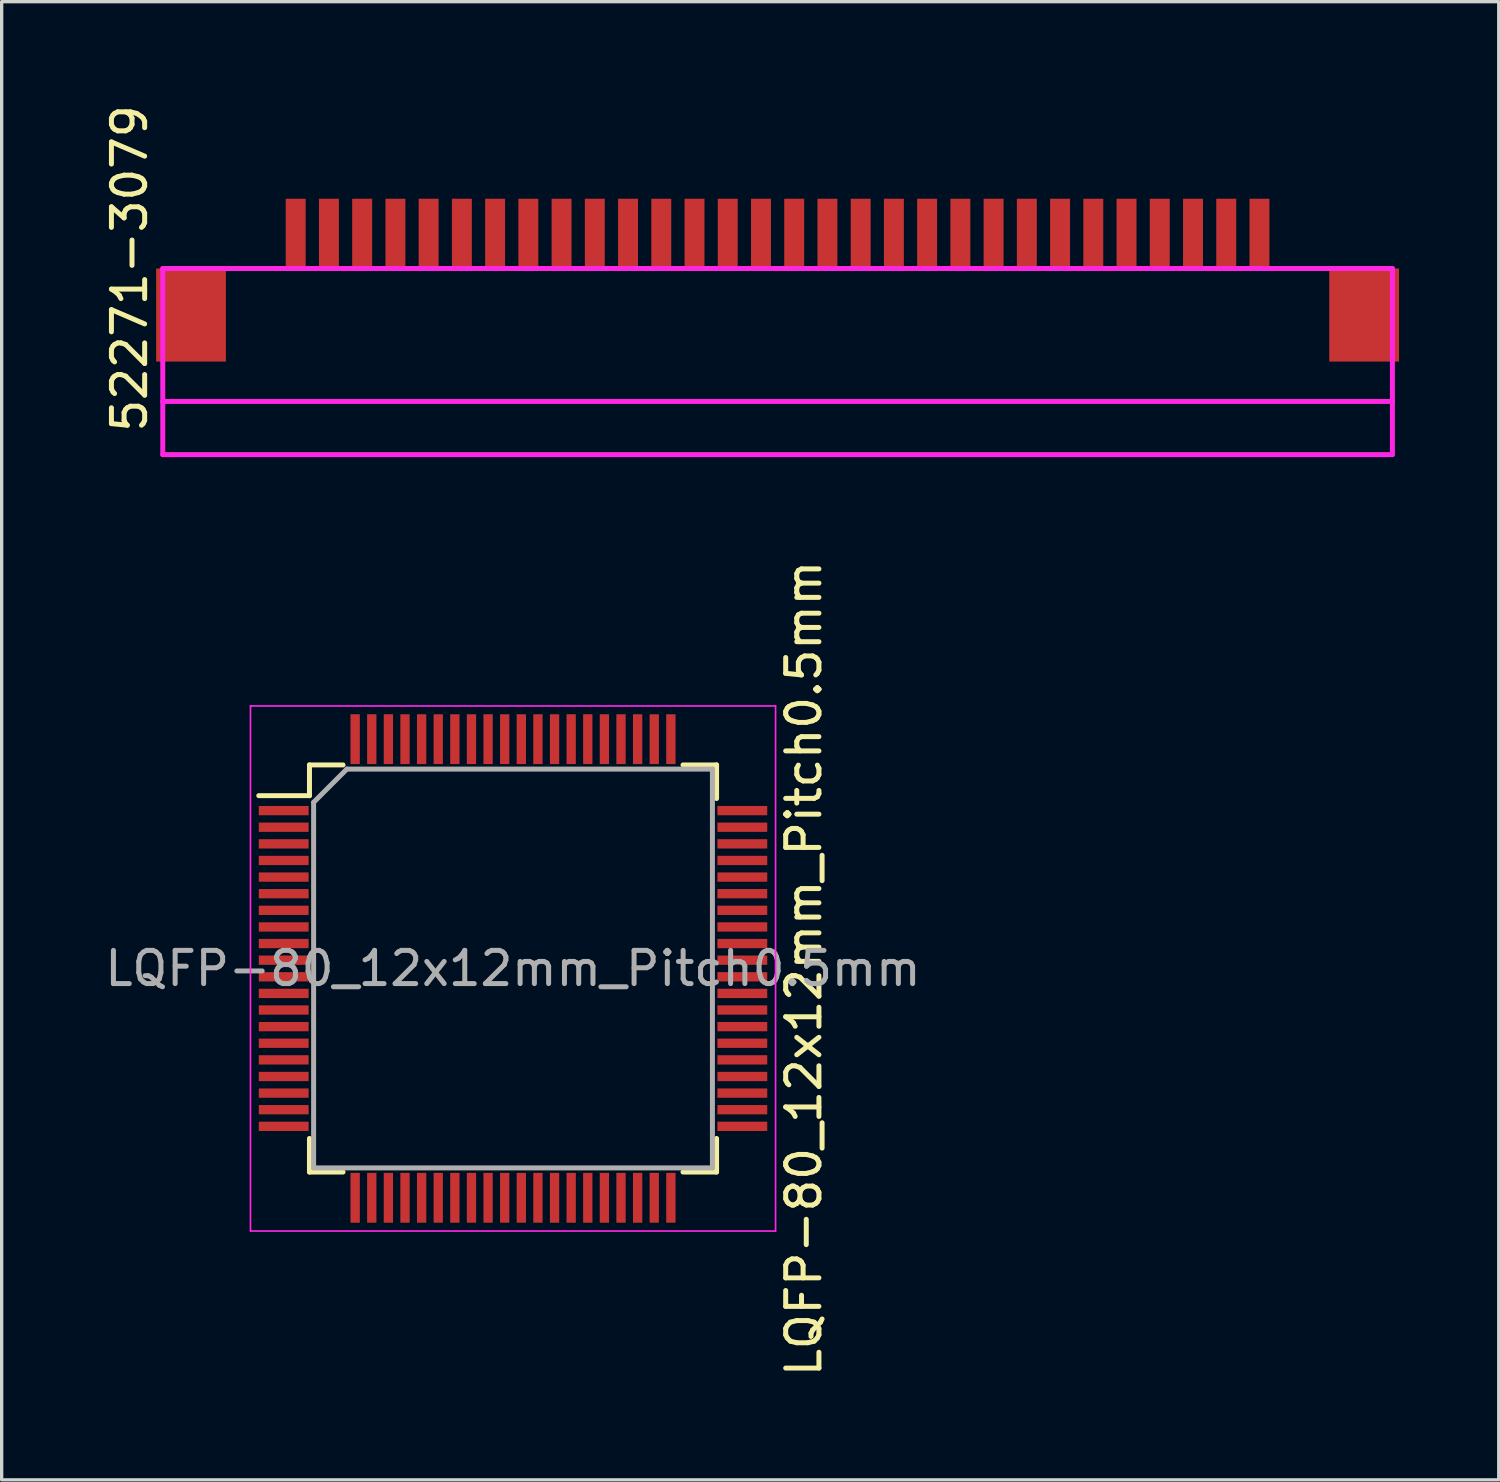
<source format=kicad_pcb>
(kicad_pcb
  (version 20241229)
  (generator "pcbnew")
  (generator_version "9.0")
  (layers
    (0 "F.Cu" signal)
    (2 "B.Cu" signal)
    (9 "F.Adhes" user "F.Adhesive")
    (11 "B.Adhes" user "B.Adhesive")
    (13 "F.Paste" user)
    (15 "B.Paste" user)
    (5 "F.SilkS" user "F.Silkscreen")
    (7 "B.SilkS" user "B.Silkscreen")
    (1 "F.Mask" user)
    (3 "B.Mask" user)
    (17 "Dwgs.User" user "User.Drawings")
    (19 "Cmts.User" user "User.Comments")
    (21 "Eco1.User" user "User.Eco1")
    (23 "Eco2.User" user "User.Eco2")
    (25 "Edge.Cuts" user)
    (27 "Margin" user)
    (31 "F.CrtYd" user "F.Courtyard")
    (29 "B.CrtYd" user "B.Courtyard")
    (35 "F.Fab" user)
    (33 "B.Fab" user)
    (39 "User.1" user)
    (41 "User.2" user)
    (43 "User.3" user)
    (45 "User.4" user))
  (footprint "LQFP-80_12x12mm_Pitch0.5mm"
    (layer "F.Cu")
    (at 12.387 26.092)
    (property "Reference" "LQFP-80_12x12mm_Pitch0.5mm" (at 8.75 0 90) (layer "F.SilkS") (effects (font (size 1 1) (thickness 0.15))))
    (attr smd)
    (fp_line (start -6.125 -6.125) (end -6.125 -5.2) (stroke (width 0.15) (type solid)) (layer "F.SilkS"))
    (fp_line (start -6.125 -6.125) (end -5.115 -6.125) (stroke (width 0.15) (type solid)) (layer "F.SilkS"))
    (fp_line (start -6.125 -5.2) (end -7.65 -5.2) (stroke (width 0.15) (type solid)) (layer "F.SilkS"))
    (fp_line (start -6.125 6.125) (end -6.125 5.115) (stroke (width 0.15) (type solid)) (layer "F.SilkS"))
    (fp_line (start -6.125 6.125) (end -5.115 6.125) (stroke (width 0.15) (type solid)) (layer "F.SilkS"))
    (fp_line (start 6.125 -6.125) (end 5.115 -6.125) (stroke (width 0.15) (type solid)) (layer "F.SilkS"))
    (fp_line (start 6.125 -6.125) (end 6.125 -5.115) (stroke (width 0.15) (type solid)) (layer "F.SilkS"))
    (fp_line (start 6.125 6.125) (end 5.115 6.125) (stroke (width 0.15) (type solid)) (layer "F.SilkS"))
    (fp_line (start 6.125 6.125) (end 6.125 5.115) (stroke (width 0.15) (type solid)) (layer "F.SilkS"))
    (fp_line (start -7.9 -7.9) (end -7.9 7.9) (stroke (width 0.05) (type solid)) (layer "F.CrtYd"))
    (fp_line (start -7.9 -7.9) (end 7.9 -7.9) (stroke (width 0.05) (type solid)) (layer "F.CrtYd"))
    (fp_line (start -7.9 7.9) (end 7.9 7.9) (stroke (width 0.05) (type solid)) (layer "F.CrtYd"))
    (fp_line (start 7.9 -7.9) (end 7.9 7.9) (stroke (width 0.05) (type solid)) (layer "F.CrtYd"))
    (fp_line (start -6 -5) (end -5 -6) (stroke (width 0.15) (type solid)) (layer "F.Fab"))
    (fp_line (start -6 6) (end -6 -5) (stroke (width 0.15) (type solid)) (layer "F.Fab"))
    (fp_line (start -5 -6) (end 6 -6) (stroke (width 0.15) (type solid)) (layer "F.Fab"))
    (fp_line (start 6 -6) (end 6 6) (stroke (width 0.15) (type solid)) (layer "F.Fab"))
    (fp_line (start 6 6) (end -6 6) (stroke (width 0.15) (type solid)) (layer "F.Fab"))
    (fp_text user "${REFERENCE}" (at 0 0 0) (layer "F.Fab") (effects (font (size 1 1) (thickness 0.15))))
    (pad "1" smd rect (at -6.9 -4.75) (size 1.5 0.28) (layers "F.Cu" "F.Mask" "F.Paste"))
    (pad "2" smd rect (at -6.9 -4.25) (size 1.5 0.28) (layers "F.Cu" "F.Mask" "F.Paste"))
    (pad "3" smd rect (at -6.9 -3.75) (size 1.5 0.28) (layers "F.Cu" "F.Mask" "F.Paste"))
    (pad "4" smd rect (at -6.9 -3.25) (size 1.5 0.28) (layers "F.Cu" "F.Mask" "F.Paste"))
    (pad "5" smd rect (at -6.9 -2.75) (size 1.5 0.28) (layers "F.Cu" "F.Mask" "F.Paste"))
    (pad "6" smd rect (at -6.9 -2.25) (size 1.5 0.28) (layers "F.Cu" "F.Mask" "F.Paste"))
    (pad "7" smd rect (at -6.9 -1.75) (size 1.5 0.28) (layers "F.Cu" "F.Mask" "F.Paste"))
    (pad "8" smd rect (at -6.9 -1.25) (size 1.5 0.28) (layers "F.Cu" "F.Mask" "F.Paste"))
    (pad "9" smd rect (at -6.9 -0.75) (size 1.5 0.28) (layers "F.Cu" "F.Mask" "F.Paste"))
    (pad "10" smd rect (at -6.9 -0.25) (size 1.5 0.28) (layers "F.Cu" "F.Mask" "F.Paste"))
    (pad "11" smd rect (at -6.9 0.25) (size 1.5 0.28) (layers "F.Cu" "F.Mask" "F.Paste"))
    (pad "12" smd rect (at -6.9 0.75) (size 1.5 0.28) (layers "F.Cu" "F.Mask" "F.Paste"))
    (pad "13" smd rect (at -6.9 1.25) (size 1.5 0.28) (layers "F.Cu" "F.Mask" "F.Paste"))
    (pad "14" smd rect (at -6.9 1.75) (size 1.5 0.28) (layers "F.Cu" "F.Mask" "F.Paste"))
    (pad "15" smd rect (at -6.9 2.25) (size 1.5 0.28) (layers "F.Cu" "F.Mask" "F.Paste"))
    (pad "16" smd rect (at -6.9 2.75) (size 1.5 0.28) (layers "F.Cu" "F.Mask" "F.Paste"))
    (pad "17" smd rect (at -6.9 3.25) (size 1.5 0.28) (layers "F.Cu" "F.Mask" "F.Paste"))
    (pad "18" smd rect (at -6.9 3.75) (size 1.5 0.28) (layers "F.Cu" "F.Mask" "F.Paste"))
    (pad "19" smd rect (at -6.9 4.25) (size 1.5 0.28) (layers "F.Cu" "F.Mask" "F.Paste"))
    (pad "20" smd rect (at -6.9 4.75) (size 1.5 0.28) (layers "F.Cu" "F.Mask" "F.Paste"))
    (pad "21" smd rect (at -4.75 6.9 90) (size 1.5 0.28) (layers "F.Cu" "F.Mask" "F.Paste"))
    (pad "22" smd rect (at -4.25 6.9 90) (size 1.5 0.28) (layers "F.Cu" "F.Mask" "F.Paste"))
    (pad "23" smd rect (at -3.75 6.9 90) (size 1.5 0.28) (layers "F.Cu" "F.Mask" "F.Paste"))
    (pad "24" smd rect (at -3.25 6.9 90) (size 1.5 0.28) (layers "F.Cu" "F.Mask" "F.Paste"))
    (pad "25" smd rect (at -2.75 6.9 90) (size 1.5 0.28) (layers "F.Cu" "F.Mask" "F.Paste"))
    (pad "26" smd rect (at -2.25 6.9 90) (size 1.5 0.28) (layers "F.Cu" "F.Mask" "F.Paste"))
    (pad "27" smd rect (at -1.75 6.9 90) (size 1.5 0.28) (layers "F.Cu" "F.Mask" "F.Paste"))
    (pad "28" smd rect (at -1.25 6.9 90) (size 1.5 0.28) (layers "F.Cu" "F.Mask" "F.Paste"))
    (pad "29" smd rect (at -0.75 6.9 90) (size 1.5 0.28) (layers "F.Cu" "F.Mask" "F.Paste"))
    (pad "30" smd rect (at -0.25 6.9 90) (size 1.5 0.28) (layers "F.Cu" "F.Mask" "F.Paste"))
    (pad "31" smd rect (at 0.25 6.9 90) (size 1.5 0.28) (layers "F.Cu" "F.Mask" "F.Paste"))
    (pad "32" smd rect (at 0.75 6.9 90) (size 1.5 0.28) (layers "F.Cu" "F.Mask" "F.Paste"))
    (pad "33" smd rect (at 1.25 6.9 90) (size 1.5 0.28) (layers "F.Cu" "F.Mask" "F.Paste"))
    (pad "34" smd rect (at 1.75 6.9 90) (size 1.5 0.28) (layers "F.Cu" "F.Mask" "F.Paste"))
    (pad "35" smd rect (at 2.25 6.9 90) (size 1.5 0.28) (layers "F.Cu" "F.Mask" "F.Paste"))
    (pad "36" smd rect (at 2.75 6.9 90) (size 1.5 0.28) (layers "F.Cu" "F.Mask" "F.Paste"))
    (pad "37" smd rect (at 3.25 6.9 90) (size 1.5 0.28) (layers "F.Cu" "F.Mask" "F.Paste"))
    (pad "38" smd rect (at 3.75 6.9 90) (size 1.5 0.28) (layers "F.Cu" "F.Mask" "F.Paste"))
    (pad "39" smd rect (at 4.25 6.9 90) (size 1.5 0.28) (layers "F.Cu" "F.Mask" "F.Paste"))
    (pad "40" smd rect (at 4.75 6.9 90) (size 1.5 0.28) (layers "F.Cu" "F.Mask" "F.Paste"))
    (pad "41" smd rect (at 6.9 4.75) (size 1.5 0.28) (layers "F.Cu" "F.Mask" "F.Paste"))
    (pad "42" smd rect (at 6.9 4.25) (size 1.5 0.28) (layers "F.Cu" "F.Mask" "F.Paste"))
    (pad "43" smd rect (at 6.9 3.75) (size 1.5 0.28) (layers "F.Cu" "F.Mask" "F.Paste"))
    (pad "44" smd rect (at 6.9 3.25) (size 1.5 0.28) (layers "F.Cu" "F.Mask" "F.Paste"))
    (pad "45" smd rect (at 6.9 2.75) (size 1.5 0.28) (layers "F.Cu" "F.Mask" "F.Paste"))
    (pad "46" smd rect (at 6.9 2.25) (size 1.5 0.28) (layers "F.Cu" "F.Mask" "F.Paste"))
    (pad "47" smd rect (at 6.9 1.75) (size 1.5 0.28) (layers "F.Cu" "F.Mask" "F.Paste"))
    (pad "48" smd rect (at 6.9 1.25) (size 1.5 0.28) (layers "F.Cu" "F.Mask" "F.Paste"))
    (pad "49" smd rect (at 6.9 0.75) (size 1.5 0.28) (layers "F.Cu" "F.Mask" "F.Paste"))
    (pad "50" smd rect (at 6.9 0.25) (size 1.5 0.28) (layers "F.Cu" "F.Mask" "F.Paste"))
    (pad "51" smd rect (at 6.9 -0.25) (size 1.5 0.28) (layers "F.Cu" "F.Mask" "F.Paste"))
    (pad "52" smd rect (at 6.9 -0.75) (size 1.5 0.28) (layers "F.Cu" "F.Mask" "F.Paste"))
    (pad "53" smd rect (at 6.9 -1.25) (size 1.5 0.28) (layers "F.Cu" "F.Mask" "F.Paste"))
    (pad "54" smd rect (at 6.9 -1.75) (size 1.5 0.28) (layers "F.Cu" "F.Mask" "F.Paste"))
    (pad "55" smd rect (at 6.9 -2.25) (size 1.5 0.28) (layers "F.Cu" "F.Mask" "F.Paste"))
    (pad "56" smd rect (at 6.9 -2.75) (size 1.5 0.28) (layers "F.Cu" "F.Mask" "F.Paste"))
    (pad "57" smd rect (at 6.9 -3.25) (size 1.5 0.28) (layers "F.Cu" "F.Mask" "F.Paste"))
    (pad "58" smd rect (at 6.9 -3.75) (size 1.5 0.28) (layers "F.Cu" "F.Mask" "F.Paste"))
    (pad "59" smd rect (at 6.9 -4.25) (size 1.5 0.28) (layers "F.Cu" "F.Mask" "F.Paste"))
    (pad "60" smd rect (at 6.9 -4.75) (size 1.5 0.28) (layers "F.Cu" "F.Mask" "F.Paste"))
    (pad "61" smd rect (at 4.75 -6.9 90) (size 1.5 0.28) (layers "F.Cu" "F.Mask" "F.Paste"))
    (pad "62" smd rect (at 4.25 -6.9 90) (size 1.5 0.28) (layers "F.Cu" "F.Mask" "F.Paste"))
    (pad "63" smd rect (at 3.75 -6.9 90) (size 1.5 0.28) (layers "F.Cu" "F.Mask" "F.Paste"))
    (pad "64" smd rect (at 3.25 -6.9 90) (size 1.5 0.28) (layers "F.Cu" "F.Mask" "F.Paste"))
    (pad "65" smd rect (at 2.75 -6.9 90) (size 1.5 0.28) (layers "F.Cu" "F.Mask" "F.Paste"))
    (pad "66" smd rect (at 2.25 -6.9 90) (size 1.5 0.28) (layers "F.Cu" "F.Mask" "F.Paste"))
    (pad "67" smd rect (at 1.75 -6.9 90) (size 1.5 0.28) (layers "F.Cu" "F.Mask" "F.Paste"))
    (pad "68" smd rect (at 1.25 -6.9 90) (size 1.5 0.28) (layers "F.Cu" "F.Mask" "F.Paste"))
    (pad "69" smd rect (at 0.75 -6.9 90) (size 1.5 0.28) (layers "F.Cu" "F.Mask" "F.Paste"))
    (pad "70" smd rect (at 0.25 -6.9 90) (size 1.5 0.28) (layers "F.Cu" "F.Mask" "F.Paste"))
    (pad "71" smd rect (at -0.25 -6.9 90) (size 1.5 0.28) (layers "F.Cu" "F.Mask" "F.Paste"))
    (pad "72" smd rect (at -0.75 -6.9 90) (size 1.5 0.28) (layers "F.Cu" "F.Mask" "F.Paste"))
    (pad "73" smd rect (at -1.25 -6.9 90) (size 1.5 0.28) (layers "F.Cu" "F.Mask" "F.Paste"))
    (pad "74" smd rect (at -1.75 -6.9 90) (size 1.5 0.28) (layers "F.Cu" "F.Mask" "F.Paste"))
    (pad "75" smd rect (at -2.25 -6.9 90) (size 1.5 0.28) (layers "F.Cu" "F.Mask" "F.Paste"))
    (pad "76" smd rect (at -2.75 -6.9 90) (size 1.5 0.28) (layers "F.Cu" "F.Mask" "F.Paste"))
    (pad "77" smd rect (at -3.25 -6.9 90) (size 1.5 0.28) (layers "F.Cu" "F.Mask" "F.Paste"))
    (pad "78" smd rect (at -3.75 -6.9 90) (size 1.5 0.28) (layers "F.Cu" "F.Mask" "F.Paste"))
    (pad "79" smd rect (at -4.25 -6.9 90) (size 1.5 0.28) (layers "F.Cu" "F.Mask" "F.Paste"))
    (pad "80" smd rect (at -4.75 -6.9 90) (size 1.5 0.28) (layers "F.Cu" "F.Mask" "F.Paste")))
  (footprint "52271-3079"
    (layer "F.Cu")
    (at 5.848 5.03)
    (property "Reference" "52271-3079" (at -5 0 90) (layer "F.SilkS") (effects (font (size 1 1) (thickness 0.15))))
    (attr through_hole)
    (fp_line (start -2.1 0.6) (end -2.1 2.2) (stroke (width 0.15) (type solid)) (layer "Eco1.User"))
    (fp_line (start -2.1 0.6) (end -0.45 0.6) (stroke (width 0.15) (type solid)) (layer "Eco1.User"))
    (fp_line (start -2.1 2.2) (end -0.45 2.2) (stroke (width 0.15) (type solid)) (layer "Eco1.User"))
    (fp_line (start -0.45 0.6) (end -0.45 2.2) (stroke (width 0.15) (type solid)) (layer "Eco1.User"))
    (fp_line (start 29.45 0.6) (end 29.45 2.2) (stroke (width 0.15) (type solid)) (layer "Eco1.User"))
    (fp_line (start 29.45 0.6) (end 31.1 0.6) (stroke (width 0.15) (type solid)) (layer "Eco1.User"))
    (fp_line (start 29.45 2.2) (end 31.1 2.2) (stroke (width 0.15) (type solid)) (layer "Eco1.User"))
    (fp_line (start 31.1 0.6) (end 31.1 2.2) (stroke (width 0.15) (type solid)) (layer "Eco1.User"))
    (fp_line (start -4 0) (end -4 5.6) (stroke (width 0.15) (type solid)) (layer "F.CrtYd"))
    (fp_line (start -4 0) (end 33 0) (stroke (width 0.15) (type solid)) (layer "F.CrtYd"))
    (fp_line (start -4 5.6) (end 33 5.6) (stroke (width 0.15) (type solid)) (layer "F.CrtYd"))
    (fp_line (start 33 0) (end 33 5.6) (stroke (width 0.15) (type solid)) (layer "F.CrtYd"))
    (fp_line (start 33 4) (end -4 4) (stroke (width 0.15) (type solid)) (layer "F.CrtYd"))
    (pad "1" smd rect (at 0 -1.05) (size 0.6 2.1) (layers "F.Cu" "F.Mask" "F.Paste"))
    (pad "2" smd rect (at 1 -1.05) (size 0.6 2.1) (layers "F.Cu" "F.Mask" "F.Paste"))
    (pad "3" smd rect (at 2 -1.05) (size 0.6 2.1) (layers "F.Cu" "F.Mask" "F.Paste"))
    (pad "4" smd rect (at 3 -1.05) (size 0.6 2.1) (layers "F.Cu" "F.Mask" "F.Paste"))
    (pad "5" smd rect (at 4 -1.05) (size 0.6 2.1) (layers "F.Cu" "F.Mask" "F.Paste"))
    (pad "6" smd rect (at 5 -1.05) (size 0.6 2.1) (layers "F.Cu" "F.Mask" "F.Paste"))
    (pad "7" smd rect (at 6 -1.05) (size 0.6 2.1) (layers "F.Cu" "F.Mask" "F.Paste"))
    (pad "8" smd rect (at 7 -1.05) (size 0.6 2.1) (layers "F.Cu" "F.Mask" "F.Paste"))
    (pad "9" smd rect (at 8 -1.05) (size 0.6 2.1) (layers "F.Cu" "F.Mask" "F.Paste"))
    (pad "10" smd rect (at 9 -1.05) (size 0.6 2.1) (layers "F.Cu" "F.Mask" "F.Paste"))
    (pad "11" smd rect (at 10 -1.05) (size 0.6 2.1) (layers "F.Cu" "F.Mask" "F.Paste"))
    (pad "12" smd rect (at 11 -1.05) (size 0.6 2.1) (layers "F.Cu" "F.Mask" "F.Paste"))
    (pad "13" smd rect (at 12 -1.05) (size 0.6 2.1) (layers "F.Cu" "F.Mask" "F.Paste"))
    (pad "14" smd rect (at 13 -1.05) (size 0.6 2.1) (layers "F.Cu" "F.Mask" "F.Paste"))
    (pad "15" smd rect (at 14 -1.05) (size 0.6 2.1) (layers "F.Cu" "F.Mask" "F.Paste"))
    (pad "16" smd rect (at 15 -1.05) (size 0.6 2.1) (layers "F.Cu" "F.Mask" "F.Paste"))
    (pad "17" smd rect (at 16 -1.05) (size 0.6 2.1) (layers "F.Cu" "F.Mask" "F.Paste"))
    (pad "18" smd rect (at 17 -1.05) (size 0.6 2.1) (layers "F.Cu" "F.Mask" "F.Paste"))
    (pad "19" smd rect (at 18 -1.05) (size 0.6 2.1) (layers "F.Cu" "F.Mask" "F.Paste"))
    (pad "20" smd rect (at 19 -1.05) (size 0.6 2.1) (layers "F.Cu" "F.Mask" "F.Paste"))
    (pad "21" smd rect (at 20 -1.05) (size 0.6 2.1) (layers "F.Cu" "F.Mask" "F.Paste"))
    (pad "22" smd rect (at 21 -1.05) (size 0.6 2.1) (layers "F.Cu" "F.Mask" "F.Paste"))
    (pad "23" smd rect (at 22 -1.05) (size 0.6 2.1) (layers "F.Cu" "F.Mask" "F.Paste"))
    (pad "24" smd rect (at 23 -1.05) (size 0.6 2.1) (layers "F.Cu" "F.Mask" "F.Paste"))
    (pad "25" smd rect (at 24 -1.05) (size 0.6 2.1) (layers "F.Cu" "F.Mask" "F.Paste"))
    (pad "26" smd rect (at 25 -1.05) (size 0.6 2.1) (layers "F.Cu" "F.Mask" "F.Paste"))
    (pad "27" smd rect (at 26 -1.05) (size 0.6 2.1) (layers "F.Cu" "F.Mask" "F.Paste"))
    (pad "28" smd rect (at 27 -1.05) (size 0.6 2.1) (layers "F.Cu" "F.Mask" "F.Paste"))
    (pad "29" smd rect (at 28 -1.05) (size 0.6 2.1) (layers "F.Cu" "F.Mask" "F.Paste"))
    (pad "30" smd rect (at 29 -1.05) (size 0.6 2.1) (layers "F.Cu" "F.Mask" "F.Paste"))
    (pad "31" smd rect (at -3.15 1.4) (size 2.1 2.8) (layers "F.Cu" "F.Mask" "F.Paste"))
    (pad "32" smd rect (at 32.15 1.4) (size 2.1 2.8) (layers "F.Cu" "F.Mask" "F.Paste")))
  (gr_rect
    (start -3 -3)
    (end 42.048 41.479)
    (stroke (width 0.1) (type default))
    (fill no)
    (layer "Edge.Cuts")))
</source>
